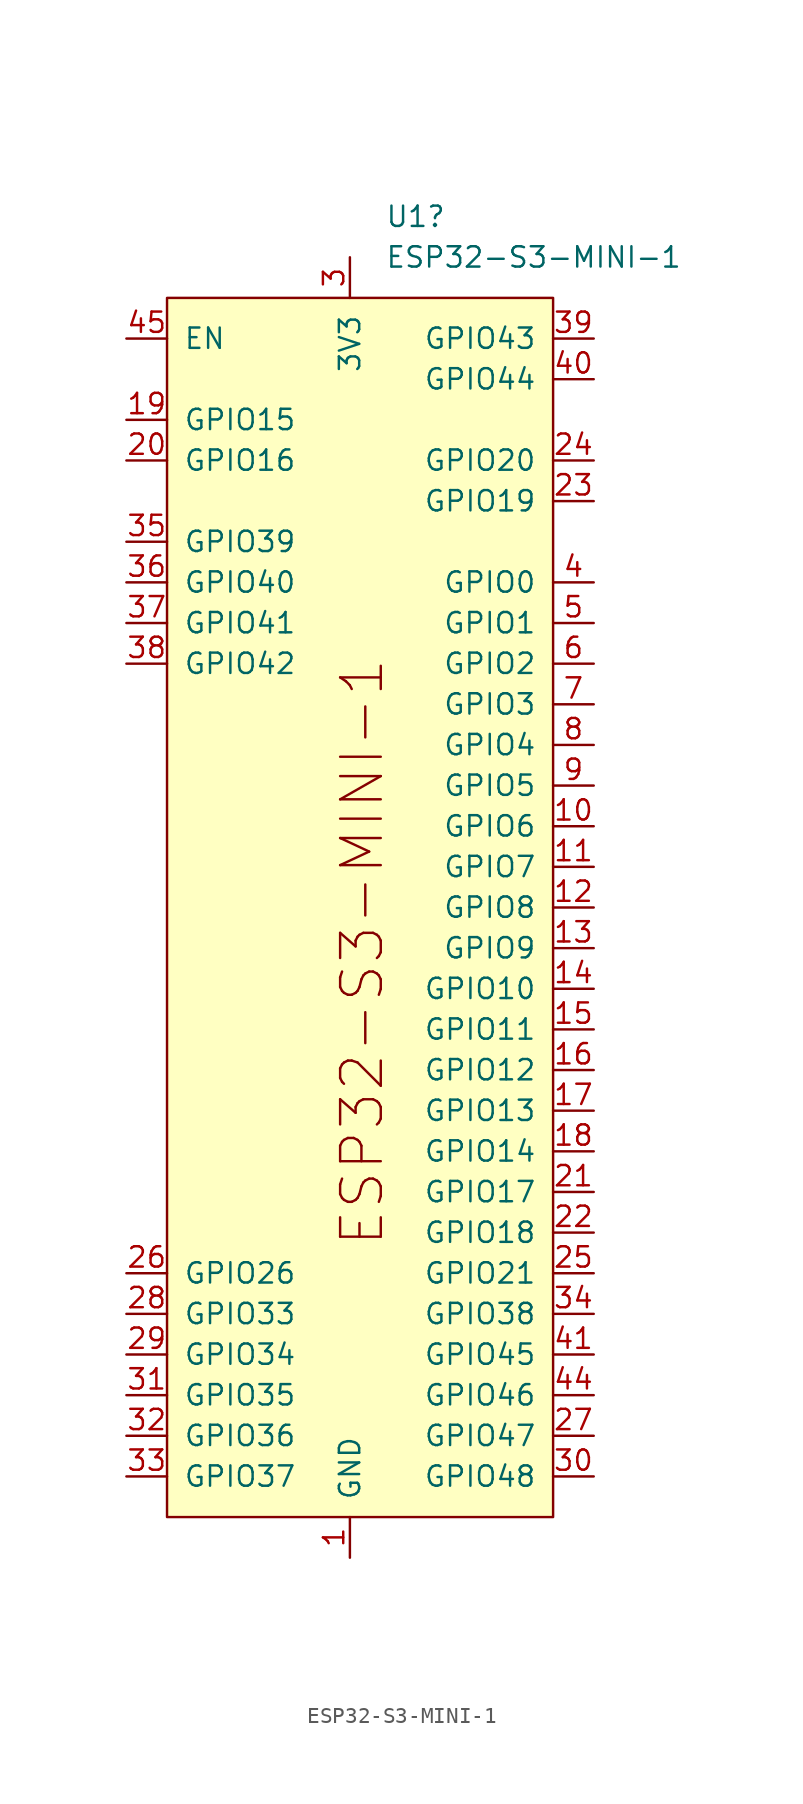
<source format=kicad_sym>
(kicad_symbol_lib
  (version 20231120)
  (generator "kicad_symbol_editor")
  (generator_version "8.0")
  (symbol "ESP32-S3-MINI-1"
    (pin_names
      (offset 1.016))
    (property "Reference" "U1"
      (at 2.194 43.18 0)
      (effects (font (size 1.27 1.27)) (justify left)))
    (property "Value" "ESP32-S3-MINI-1"
      (at 2.194 40.64 0)
      (effects (font (size 1.27 1.27)) (justify left)))
    (symbol "ESP32-S3-MINI-1_0_0"
      (text "ESP32-S3-MINI-1" (at 0.762 -2.794 900) (effects (font (size 2.54 2.54))))
      (pin power_in line (at 0 -40.64 90) (length 2.54) (name "GND" (effects (font (size 1.27 1.27)))) (number "1" (effects (font (size 1.27 1.27)))))
      (pin passive line (at 0 -40.64 90) (length 2.54) hide (name "GND" (effects (font (size 1.27 1.27)))) (number "2" (effects (font (size 1.27 1.27)))))
      (pin bidirectional line (at 15.24 -22.86 180) (length 2.54) (name "GPIO21" (effects (font (size 1.27 1.27)))) (number "25" (effects (font (size 1.27 1.27)))))
      (pin bidirectional line (at -13.97 -22.86 0) (length 2.54) (name "GPIO26" (effects (font (size 1.27 1.27)))) (number "26" (effects (font (size 1.27 1.27)))))
      (pin power_in line (at 0 40.64 270) (length 2.54) (name "3V3" (effects (font (size 1.27 1.27)))) (number "3" (effects (font (size 1.27 1.27)))))
      (pin bidirectional line (at 15.24 -27.94 180) (length 2.54) (name "GPIO45" (effects (font (size 1.27 1.27)))) (number "41" (effects (font (size 1.27 1.27)))))
      (pin passive line (at 0 -40.64 90) (length 2.54) hide (name "GND" (effects (font (size 1.27 1.27)))) (number "42" (effects (font (size 1.27 1.27)))))
      (pin passive line (at 0 -40.64 90) (length 2.54) hide (name "GND" (effects (font (size 1.27 1.27)))) (number "43" (effects (font (size 1.27 1.27)))))
      (pin bidirectional line (at 15.24 -30.48 180) (length 2.54) (name "GPIO46" (effects (font (size 1.27 1.27)))) (number "44" (effects (font (size 1.27 1.27)))))
      (pin input line (at -13.97 35.56 0) (length 2.54) (name "EN" (effects (font (size 1.27 1.27)))) (number "45" (effects (font (size 1.27 1.27)))))
      (pin passive line (at 0 -40.64 90) (length 2.54) hide (name "GND" (effects (font (size 1.27 1.27)))) (number "46" (effects (font (size 1.27 1.27)))))
      (pin passive line (at 0 -40.64 90) (length 2.54) hide (name "GND" (effects (font (size 1.27 1.27)))) (number "47" (effects (font (size 1.27 1.27)))))
      (pin passive line (at 0 -40.64 90) (length 2.54) hide (name "GND" (effects (font (size 1.27 1.27)))) (number "48" (effects (font (size 1.27 1.27)))))
      (pin passive line (at 0 -40.64 90) (length 2.54) hide (name "GND" (effects (font (size 1.27 1.27)))) (number "49" (effects (font (size 1.27 1.27)))))
      (pin passive line (at 0 -40.64 90) (length 2.54) hide (name "GND" (effects (font (size 1.27 1.27)))) (number "50" (effects (font (size 1.27 1.27)))))
      (pin passive line (at 0 -40.64 90) (length 2.54) hide (name "GND" (effects (font (size 1.27 1.27)))) (number "51" (effects (font (size 1.27 1.27)))))
      (pin passive line (at 0 -40.64 90) (length 2.54) hide (name "GND" (effects (font (size 1.27 1.27)))) (number "52" (effects (font (size 1.27 1.27)))))
      (pin passive line (at 0 -40.64 90) (length 2.54) hide (name "GND" (effects (font (size 1.27 1.27)))) (number "53" (effects (font (size 1.27 1.27)))))
      (pin passive line (at 0 -40.64 90) (length 2.54) hide (name "GND" (effects (font (size 1.27 1.27)))) (number "54" (effects (font (size 1.27 1.27)))))
      (pin passive line (at 0 -40.64 90) (length 2.54) hide (name "GND" (effects (font (size 1.27 1.27)))) (number "55" (effects (font (size 1.27 1.27)))))
      (pin passive line (at 0 -40.64 90) (length 2.54) hide (name "GND" (effects (font (size 1.27 1.27)))) (number "56" (effects (font (size 1.27 1.27)))))
      (pin passive line (at 0 -40.64 90) (length 2.54) hide (name "GND" (effects (font (size 1.27 1.27)))) (number "57" (effects (font (size 1.27 1.27)))))
      (pin passive line (at 0 -40.64 90) (length 2.54) hide (name "GND" (effects (font (size 1.27 1.27)))) (number "58" (effects (font (size 1.27 1.27)))))
      (pin passive line (at 0 -40.64 90) (length 2.54) hide (name "GND" (effects (font (size 1.27 1.27)))) (number "59" (effects (font (size 1.27 1.27)))))
      (pin passive line (at 0 -40.64 90) (length 2.54) hide (name "GND" (effects (font (size 1.27 1.27)))) (number "60" (effects (font (size 1.27 1.27)))))
      (pin passive line (at 0 -40.64 90) (length 2.54) hide (name "GND" (effects (font (size 1.27 1.27)))) (number "61" (effects (font (size 1.27 1.27)))))
      (pin passive line (at 0 -40.64 90) (length 2.54) hide (name "GND" (effects (font (size 1.27 1.27)))) (number "62" (effects (font (size 1.27 1.27)))))
      (pin passive line (at 0 -40.64 90) (length 2.54) hide (name "GND" (effects (font (size 1.27 1.27)))) (number "63" (effects (font (size 1.27 1.27)))))
      (pin passive line (at 0 -40.64 90) (length 2.54) hide (name "GND" (effects (font (size 1.27 1.27)))) (number "64" (effects (font (size 1.27 1.27)))))
      (pin passive line (at 0 -40.64 90) (length 2.54) hide (name "GND" (effects (font (size 1.27 1.27)))) (number "65" (effects (font (size 1.27 1.27))))))
    (symbol "ESP32-S3-MINI-1_0_1"
      (rectangle (start -11.43 38.1) (end 12.7 -38.1) (stroke (width 0) (type default)) (fill (type background))))
    (symbol "ESP32-S3-MINI-1_1_0"
      (pin bidirectional line (at 15.24 5.08 180) (length 2.54) (name "GPIO6" (effects (font (size 1.27 1.27)))) (number "10" (effects (font (size 1.27 1.27)))))
      (pin bidirectional line (at 15.24 2.54 180) (length 2.54) (name "GPIO7" (effects (font (size 1.27 1.27)))) (number "11" (effects (font (size 1.27 1.27)))))
      (pin bidirectional line (at 15.24 0 180) (length 2.54) (name "GPIO8" (effects (font (size 1.27 1.27)))) (number "12" (effects (font (size 1.27 1.27)))))
      (pin bidirectional line (at 15.24 -2.54 180) (length 2.54) (name "GPIO9" (effects (font (size 1.27 1.27)))) (number "13" (effects (font (size 1.27 1.27)))))
      (pin bidirectional line (at 15.24 -5.08 180) (length 2.54) (name "GPIO10" (effects (font (size 1.27 1.27)))) (number "14" (effects (font (size 1.27 1.27)))))
      (pin bidirectional line (at 15.24 -7.62 180) (length 2.54) (name "GPIO11" (effects (font (size 1.27 1.27)))) (number "15" (effects (font (size 1.27 1.27)))))
      (pin bidirectional line (at 15.24 -10.16 180) (length 2.54) (name "GPIO12" (effects (font (size 1.27 1.27)))) (number "16" (effects (font (size 1.27 1.27)))))
      (pin bidirectional line (at 15.24 -12.7 180) (length 2.54) (name "GPIO13" (effects (font (size 1.27 1.27)))) (number "17" (effects (font (size 1.27 1.27)))))
      (pin bidirectional line (at 15.24 -15.24 180) (length 2.54) (name "GPIO14" (effects (font (size 1.27 1.27)))) (number "18" (effects (font (size 1.27 1.27)))))
      (pin bidirectional line (at -13.97 30.48 0) (length 2.54) (name "GPIO15" (effects (font (size 1.27 1.27)))) (number "19" (effects (font (size 1.27 1.27)))))
      (pin bidirectional line (at -13.97 27.94 0) (length 2.54) (name "GPIO16" (effects (font (size 1.27 1.27)))) (number "20" (effects (font (size 1.27 1.27)))))
      (pin bidirectional line (at 15.24 -17.78 180) (length 2.54) (name "GPIO17" (effects (font (size 1.27 1.27)))) (number "21" (effects (font (size 1.27 1.27)))))
      (pin bidirectional line (at 15.24 -20.32 180) (length 2.54) (name "GPIO18" (effects (font (size 1.27 1.27)))) (number "22" (effects (font (size 1.27 1.27)))))
      (pin bidirectional line (at 15.24 25.4 180) (length 2.54) (name "GPIO19" (effects (font (size 1.27 1.27)))) (number "23" (effects (font (size 1.27 1.27)))))
      (pin bidirectional line (at 15.24 27.94 180) (length 2.54) (name "GPIO20" (effects (font (size 1.27 1.27)))) (number "24" (effects (font (size 1.27 1.27)))))
      (pin bidirectional line (at 15.24 -33.02 180) (length 2.54) (name "GPIO47" (effects (font (size 1.27 1.27)))) (number "27" (effects (font (size 1.27 1.27)))))
      (pin bidirectional line (at -13.97 -25.4 0) (length 2.54) (name "GPIO33" (effects (font (size 1.27 1.27)))) (number "28" (effects (font (size 1.27 1.27)))))
      (pin bidirectional line (at -13.97 -27.94 0) (length 2.54) (name "GPIO34" (effects (font (size 1.27 1.27)))) (number "29" (effects (font (size 1.27 1.27)))))
      (pin bidirectional line (at 15.24 -35.56 180) (length 2.54) (name "GPIO48" (effects (font (size 1.27 1.27)))) (number "30" (effects (font (size 1.27 1.27)))))
      (pin bidirectional line (at -13.97 -30.48 0) (length 2.54) (name "GPIO35" (effects (font (size 1.27 1.27)))) (number "31" (effects (font (size 1.27 1.27)))))
      (pin bidirectional line (at -13.97 -33.02 0) (length 2.54) (name "GPIO36" (effects (font (size 1.27 1.27)))) (number "32" (effects (font (size 1.27 1.27)))))
      (pin bidirectional line (at -13.97 -35.56 0) (length 2.54) (name "GPIO37" (effects (font (size 1.27 1.27)))) (number "33" (effects (font (size 1.27 1.27)))))
      (pin bidirectional line (at 15.24 -25.4 180) (length 2.54) (name "GPIO38" (effects (font (size 1.27 1.27)))) (number "34" (effects (font (size 1.27 1.27)))))
      (pin bidirectional line (at -13.97 22.86 0) (length 2.54) (name "GPIO39" (effects (font (size 1.27 1.27)))) (number "35" (effects (font (size 1.27 1.27)))))
      (pin bidirectional line (at -13.97 20.32 0) (length 2.54) (name "GPIO40" (effects (font (size 1.27 1.27)))) (number "36" (effects (font (size 1.27 1.27)))))
      (pin bidirectional line (at -13.97 17.78 0) (length 2.54) (name "GPIO41" (effects (font (size 1.27 1.27)))) (number "37" (effects (font (size 1.27 1.27)))))
      (pin bidirectional line (at -13.97 15.24 0) (length 2.54) (name "GPIO42" (effects (font (size 1.27 1.27)))) (number "38" (effects (font (size 1.27 1.27)))))
      (pin bidirectional line (at 15.24 35.56 180) (length 2.54) (name "GPIO43" (effects (font (size 1.27 1.27)))) (number "39" (effects (font (size 1.27 1.27)))))
      (pin bidirectional line (at 15.24 20.32 180) (length 2.54) (name "GPIO0" (effects (font (size 1.27 1.27)))) (number "4" (effects (font (size 1.27 1.27)))))
      (pin bidirectional line (at 15.24 33.02 180) (length 2.54) (name "GPIO44" (effects (font (size 1.27 1.27)))) (number "40" (effects (font (size 1.27 1.27)))))
      (pin bidirectional line (at 15.24 17.78 180) (length 2.54) (name "GPIO1" (effects (font (size 1.27 1.27)))) (number "5" (effects (font (size 1.27 1.27)))))
      (pin bidirectional line (at 15.24 15.24 180) (length 2.54) (name "GPIO2" (effects (font (size 1.27 1.27)))) (number "6" (effects (font (size 1.27 1.27)))))
      (pin bidirectional line (at 15.24 12.7 180) (length 2.54) (name "GPIO3" (effects (font (size 1.27 1.27)))) (number "7" (effects (font (size 1.27 1.27)))))
      (pin bidirectional line (at 15.24 10.16 180) (length 2.54) (name "GPIO4" (effects (font (size 1.27 1.27)))) (number "8" (effects (font (size 1.27 1.27)))))
      (pin bidirectional line (at 15.24 7.62 180) (length 2.54) (name "GPIO5" (effects (font (size 1.27 1.27)))) (number "9" (effects (font (size 1.27 1.27))))))))
</source>
